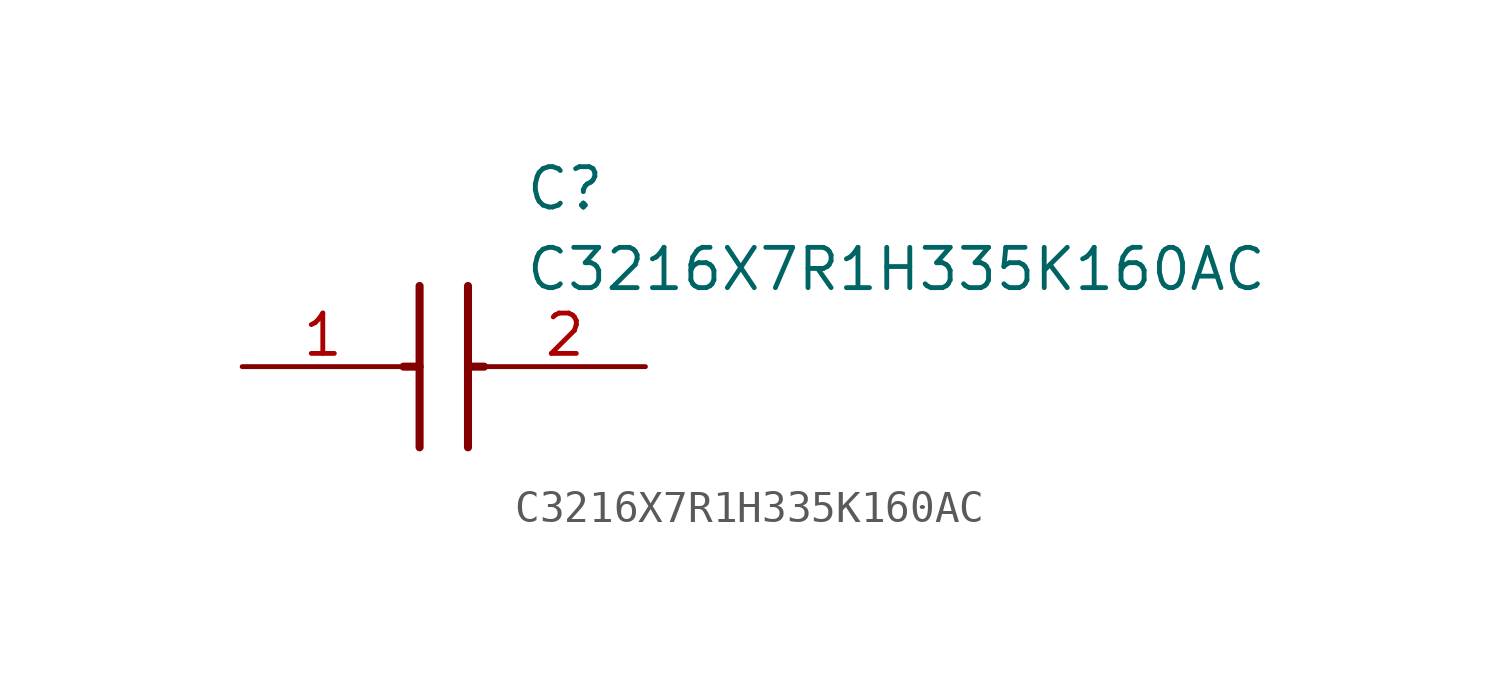
<source format=kicad_sym>
(kicad_symbol_lib
  (version 20211014)
  (generator SamacSys_ECAD_Model)
  (symbol "C3216X7R1H335K160AC"
    (pin_names hide)
    (property "Reference" "C"
      (at 8.89 6.35 0)
      (effects (font (size 1.27 1.27)) (justify left top)))
    (property "Value" "C3216X7R1H335K160AC"
      (at 8.89 3.81 0)
      (effects (font (size 1.27 1.27)) (justify left top)))
    (polyline
      (pts (xy 5.588 2.54) (xy 5.588 -2.54))
      (stroke (width 0.254) (type default))
      (fill (type none)))
    (polyline
      (pts (xy 7.112 2.54) (xy 7.112 -2.54))
      (stroke (width 0.254) (type default))
      (fill (type none)))
    (polyline
      (pts (xy 5.08 0) (xy 5.588 0))
      (stroke (width 0.254) (type default))
      (fill (type none)))
    (polyline
      (pts (xy 7.112 0) (xy 7.62 0))
      (stroke (width 0.254) (type default))
      (fill (type none)))
    (pin passive line
      (at 0 0 0)
      (length 5.08)
      (name "1" (effects (font (size 1.27 1.27))))
      (number "1" (effects (font (size 1.27 1.27)))))
    (pin passive line
      (at 12.7 0 180)
      (length 5.08)
      (name "2" (effects (font (size 1.27 1.27))))
      (number "2" (effects (font (size 1.27 1.27)))))))
</source>
